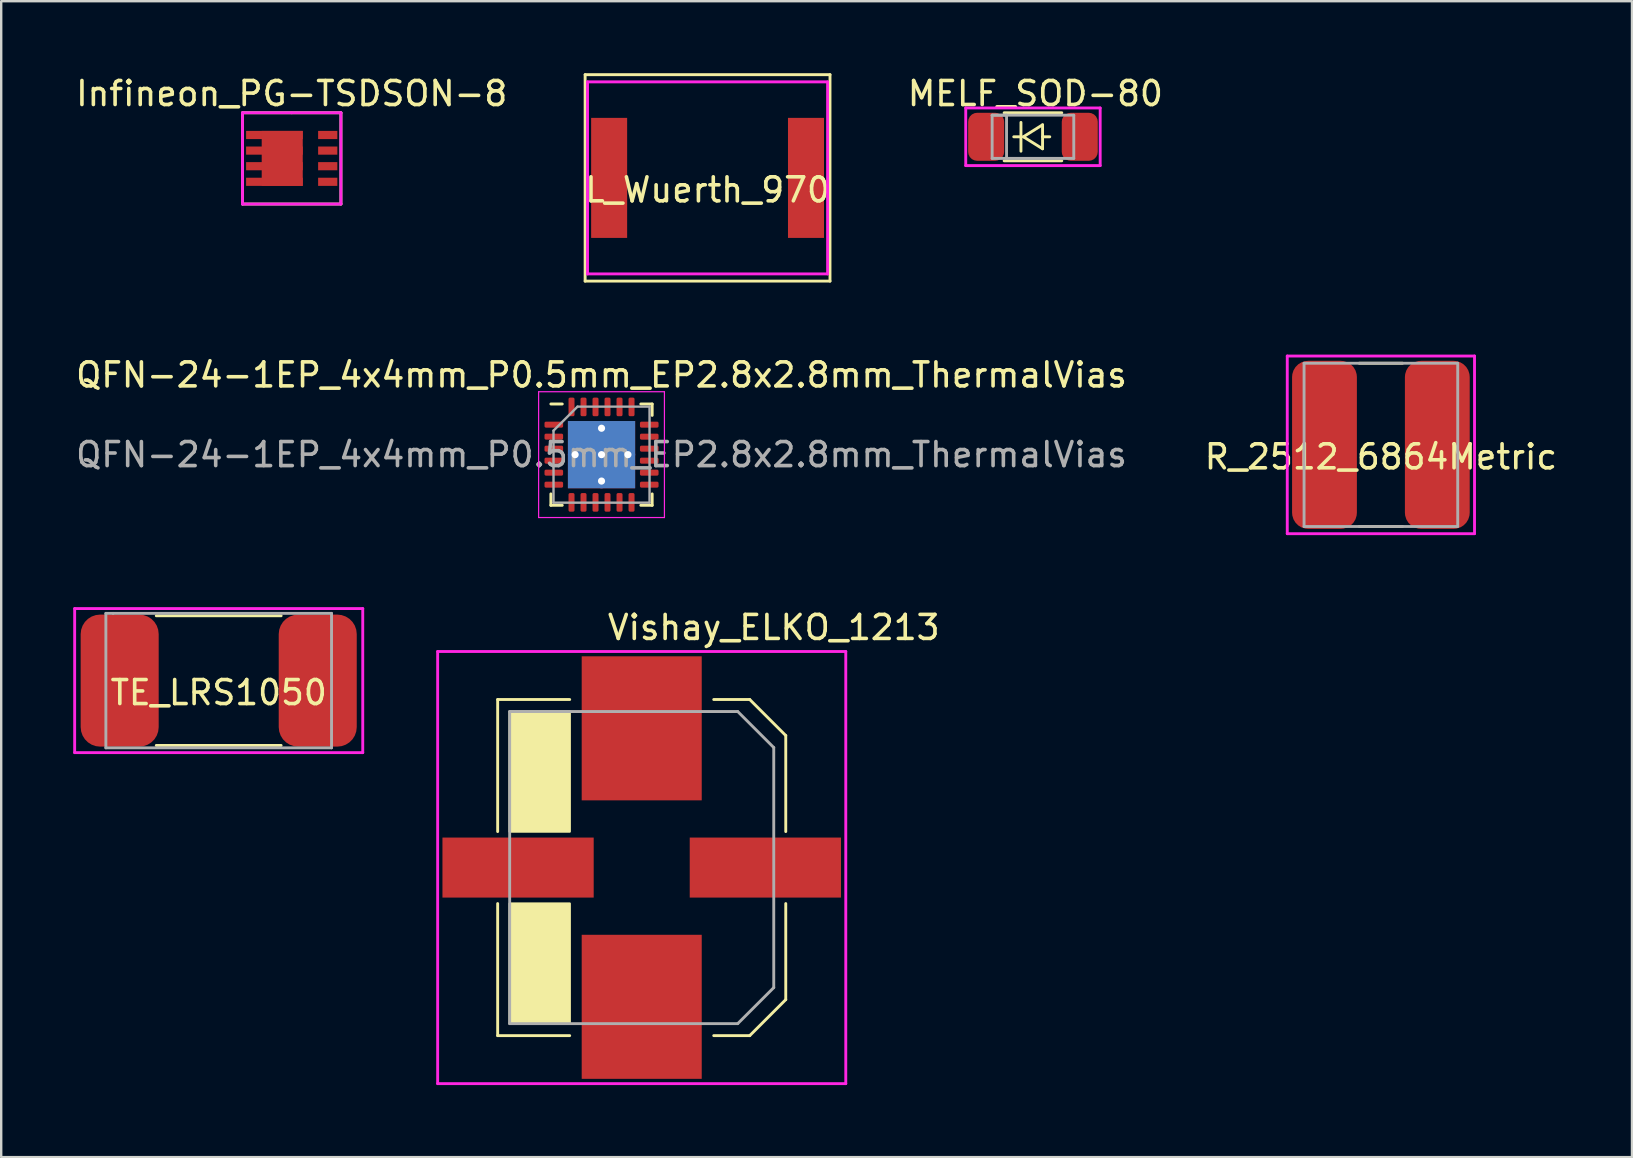
<source format=kicad_pcb>
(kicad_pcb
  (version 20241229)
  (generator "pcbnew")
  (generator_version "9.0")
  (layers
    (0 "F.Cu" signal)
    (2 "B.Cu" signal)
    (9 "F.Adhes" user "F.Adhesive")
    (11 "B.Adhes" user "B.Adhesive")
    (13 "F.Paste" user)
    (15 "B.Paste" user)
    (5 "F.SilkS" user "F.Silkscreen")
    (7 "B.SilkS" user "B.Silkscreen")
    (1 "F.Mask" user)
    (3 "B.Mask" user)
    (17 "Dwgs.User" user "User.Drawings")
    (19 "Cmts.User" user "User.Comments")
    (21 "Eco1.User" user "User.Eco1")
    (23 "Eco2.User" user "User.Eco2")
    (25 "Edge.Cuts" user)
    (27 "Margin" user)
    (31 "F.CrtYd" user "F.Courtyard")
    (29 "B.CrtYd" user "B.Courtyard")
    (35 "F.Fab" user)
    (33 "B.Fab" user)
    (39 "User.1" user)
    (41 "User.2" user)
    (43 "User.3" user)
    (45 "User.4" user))
  (footprint "MELF_SOD-80"
    (layer "F.Cu")
    (at 39.977 2.648)
    (property "Reference" "MELF_SOD-80" (at 0.1 -1.8 0) (layer "F.SilkS") (effects (font (size 1 1) (thickness 0.15))))
    (attr through_hole)
    (fp_line (start -1.2 -1) (end 1.2 -1) (stroke (width 0.12) (type solid)) (layer "F.SilkS"))
    (fp_line (start -1.2 1) (end 1.2 1) (stroke (width 0.12) (type solid)) (layer "F.SilkS"))
    (fp_line (start -0.8 0) (end -0.5 0) (stroke (width 0.12) (type solid)) (layer "F.SilkS"))
    (fp_line (start -0.5 -0.6) (end -0.5 0.6) (stroke (width 0.12) (type solid)) (layer "F.SilkS"))
    (fp_line (start -0.4 0) (end 0.4 -0.5) (stroke (width 0.12) (type solid)) (layer "F.SilkS"))
    (fp_line (start 0.4 -0.5) (end 0.4 0.5) (stroke (width 0.12) (type solid)) (layer "F.SilkS"))
    (fp_line (start 0.4 0) (end 0.7 0) (stroke (width 0.12) (type solid)) (layer "F.SilkS"))
    (fp_line (start 0.4 0.5) (end -0.4 0) (stroke (width 0.12) (type solid)) (layer "F.SilkS"))
    (fp_line (start -2.8 -1.2) (end 2.8 -1.2) (stroke (width 0.12) (type solid)) (layer "F.CrtYd"))
    (fp_line (start -2.8 1.2) (end -2.8 -1.2) (stroke (width 0.12) (type solid)) (layer "F.CrtYd"))
    (fp_line (start 2.8 -1.2) (end 2.8 1.2) (stroke (width 0.12) (type solid)) (layer "F.CrtYd"))
    (fp_line (start 2.8 1.2) (end -2.8 1.2) (stroke (width 0.12) (type solid)) (layer "F.CrtYd"))
    (fp_line (start -1.7 -0.9) (end -1.1 -0.9) (stroke (width 0.12) (type solid)) (layer "F.Fab"))
    (fp_line (start -1.7 -0.9) (end 1.7 -0.9) (stroke (width 0.12) (type solid)) (layer "F.Fab"))
    (fp_line (start -1.7 0.9) (end -1.7 -0.9) (stroke (width 0.12) (type solid)) (layer "F.Fab"))
    (fp_line (start -1.1 -0.9) (end -1.1 0.9) (stroke (width 0.12) (type solid)) (layer "F.Fab"))
    (fp_line (start 1.7 -0.9) (end 1.7 0.9) (stroke (width 0.12) (type solid)) (layer "F.Fab"))
    (fp_line (start 1.7 0.9) (end -1.7 0.9) (stroke (width 0.12) (type solid)) (layer "F.Fab"))
    (pad "1" smd roundrect (at -1.95 0) (size 1.5 2) (layers "F.Cu" "F.Mask" "F.Paste") (roundrect_rratio 0.25))
    (pad "2" smd roundrect (at 1.95 0) (size 1.5 2) (layers "F.Cu" "F.Mask" "F.Paste") (roundrect_rratio 0.25)))
  (footprint "Infineon_PG-TSDSON-8"
    (layer "F.Cu")
    (at 9.101 3.548)
    (property "Reference" "Infineon_PG-TSDSON-8" (at 0 -2.7 0) (layer "F.SilkS") (effects (font (size 1 1) (thickness 0.15))))
    (attr through_hole)
    (fp_line (start -2.05 -1.9) (end 2.05 -1.9) (stroke (width 0.12) (type solid)) (layer "F.SilkS"))
    (fp_line (start -2.05 1.9) (end -2.05 -1.895) (stroke (width 0.12) (type solid)) (layer "F.SilkS"))
    (fp_line (start 2.05 -1.9) (end 2.05 1.9) (stroke (width 0.12) (type solid)) (layer "F.SilkS"))
    (fp_line (start 2.05 1.9) (end -2.05 1.9) (stroke (width 0.12) (type solid)) (layer "F.SilkS"))
    (fp_line (start -2.05 -1.9) (end 0 -1.9) (stroke (width 0.12) (type solid)) (layer "F.CrtYd"))
    (fp_line (start -2.05 1.9) (end -2.05 -1.9) (stroke (width 0.12) (type solid)) (layer "F.CrtYd"))
    (fp_line (start 0 -1.9) (end 2.05 -1.9) (stroke (width 0.12) (type solid)) (layer "F.CrtYd"))
    (fp_line (start 2.05 -1.9) (end 2.05 1.9) (stroke (width 0.12) (type solid)) (layer "F.CrtYd"))
    (fp_line (start 2.05 1.9) (end -2.05 1.9) (stroke (width 0.12) (type solid)) (layer "F.CrtYd"))
    (pad "1" smd rect (at -0.72 -0.975) (size 2.36 0.34) (layers "F.Cu" "F.Mask" "F.Paste"))
    (pad "1" smd rect (at -0.72 -0.325) (size 2.36 0.34) (layers "F.Cu" "F.Mask" "F.Paste"))
    (pad "1" smd rect (at -0.72 0.325) (size 2.36 0.34) (layers "F.Cu" "F.Mask" "F.Paste"))
    (pad "1" smd rect (at -0.72 0.975) (size 2.36 0.34) (layers "F.Cu" "F.Mask" "F.Paste"))
    (pad "1" smd rect (at -0.395 0) (size 1.71 2.29) (layers "F.Cu" "F.Mask" "F.Paste"))
    (pad "2" smd rect (at 1.5 -0.975) (size 0.8 0.34) (layers "F.Cu" "F.Mask" "F.Paste"))
    (pad "3" smd rect (at 1.5 -0.325) (size 0.8 0.34) (layers "F.Cu" "F.Mask" "F.Paste"))
    (pad "4" smd rect (at 1.5 0.325) (size 0.8 0.34) (layers "F.Cu" "F.Mask" "F.Paste"))
    (pad "5" smd rect (at 1.5 0.975) (size 0.8 0.34) (layers "F.Cu" "F.Mask" "F.Paste")))
  (footprint "R_2512_6864Metric"
    (layer "F.Cu")
    (at 54.47 15.48)
    (property "Reference" "R_2512_6864Metric" (at 0 0.5 0) (layer "F.SilkS") (effects (font (size 1 1) (thickness 0.15))))
    (attr through_hole)
    (fp_line (start -0.9 -3.4) (end 0.9 -3.4) (stroke (width 0.12) (type solid)) (layer "F.SilkS"))
    (fp_line (start -0.9 3.4) (end 0.9 3.4) (stroke (width 0.12) (type solid)) (layer "F.SilkS"))
    (fp_line (start -3.9 -3.7) (end -3.9 3.7) (stroke (width 0.12) (type solid)) (layer "F.CrtYd"))
    (fp_line (start -3.9 3.7) (end 3.9 3.7) (stroke (width 0.12) (type solid)) (layer "F.CrtYd"))
    (fp_line (start 3.9 -3.7) (end -3.9 -3.7) (stroke (width 0.12) (type solid)) (layer "F.CrtYd"))
    (fp_line (start 3.9 3.7) (end 3.9 -3.7) (stroke (width 0.12) (type solid)) (layer "F.CrtYd"))
    (fp_line (start -3.2 -3.4) (end 3.2 -3.4) (stroke (width 0.12) (type solid)) (layer "F.Fab"))
    (fp_line (start -3.2 3.4) (end -3.2 -3.4) (stroke (width 0.12) (type solid)) (layer "F.Fab"))
    (fp_line (start 3.2 -3.4) (end 3.2 3.4) (stroke (width 0.12) (type solid)) (layer "F.Fab"))
    (fp_line (start 3.2 3.4) (end -3.2 3.4) (stroke (width 0.12) (type solid)) (layer "F.Fab"))
    (pad "1" smd roundrect (at -2.35 0) (size 2.7 7) (layers "F.Cu" "F.Mask" "F.Paste") (roundrect_rratio 0.25))
    (pad "2" smd roundrect (at 2.35 0) (size 2.7 7) (layers "F.Cu" "F.Mask" "F.Paste") (roundrect_rratio 0.25)))
  (footprint "Vishay_ELKO_1213"
    (layer "F.Cu")
    (at 23.68 33.088)
    (property "Reference" "Vishay_ELKO_1213" (at 5.5 -10 0) (layer "F.SilkS") (effects (font (size 1 1) (thickness 0.15))))
    (attr through_hole)
    (fp_line (start -6 -7) (end -3 -7) (stroke (width 0.12) (type solid)) (layer "F.SilkS"))
    (fp_line (start -6 -1.5) (end -6 -7) (stroke (width 0.12) (type solid)) (layer "F.SilkS"))
    (fp_line (start -6 7) (end -6 1.5) (stroke (width 0.12) (type solid)) (layer "F.SilkS"))
    (fp_line (start -3 7) (end -6 7) (stroke (width 0.12) (type solid)) (layer "F.SilkS"))
    (fp_line (start 3 -7) (end 4.5 -7) (stroke (width 0.12) (type solid)) (layer "F.SilkS"))
    (fp_line (start 4.5 -7) (end 6 -5.5) (stroke (width 0.12) (type solid)) (layer "F.SilkS"))
    (fp_line (start 4.5 7) (end 3 7) (stroke (width 0.12) (type solid)) (layer "F.SilkS"))
    (fp_line (start 4.5 7) (end 6 5.5) (stroke (width 0.12) (type solid)) (layer "F.SilkS"))
    (fp_line (start 6 -5.5) (end 6 -1.5) (stroke (width 0.12) (type solid)) (layer "F.SilkS"))
    (fp_line (start 6 5.5) (end 6 1.5) (stroke (width 0.12) (type solid)) (layer "F.SilkS"))
    (fp_poly (pts (xy -3 -1.5) (xy -5.5 -1.5) (xy -5.5 -6.5) (xy -3 -6.5)) (stroke (width 0.1) (type solid)) (fill yes) (layer "F.SilkS"))
    (fp_poly (pts (xy -3 6.5) (xy -5.5 6.5) (xy -5.5 1.5) (xy -3 1.5)) (stroke (width 0.1) (type solid)) (fill yes) (layer "F.SilkS"))
    (fp_line (start -8.5 -9) (end -8.5 9) (stroke (width 0.12) (type solid)) (layer "F.CrtYd"))
    (fp_line (start -8.5 9) (end 8.5 9) (stroke (width 0.12) (type solid)) (layer "F.CrtYd"))
    (fp_line (start 8.5 -9) (end -8.5 -9) (stroke (width 0.12) (type solid)) (layer "F.CrtYd"))
    (fp_line (start 8.5 9) (end 8.5 -9) (stroke (width 0.12) (type solid)) (layer "F.CrtYd"))
    (fp_line (start -5.5 -6.5) (end 4 -6.5) (stroke (width 0.12) (type solid)) (layer "F.Fab"))
    (fp_line (start -5.5 6.5) (end -5.5 -6.5) (stroke (width 0.12) (type solid)) (layer "F.Fab"))
    (fp_line (start 4 -6.5) (end 5.5 -5) (stroke (width 0.12) (type solid)) (layer "F.Fab"))
    (fp_line (start 4 6.5) (end -5.5 6.5) (stroke (width 0.12) (type solid)) (layer "F.Fab"))
    (fp_line (start 5.5 -5) (end 5.5 5) (stroke (width 0.12) (type solid)) (layer "F.Fab"))
    (fp_line (start 5.5 5) (end 4 6.5) (stroke (width 0.12) (type solid)) (layer "F.Fab"))
    (pad "1" smd rect (at 5.15 0) (size 6.3 2.5) (layers "F.Cu" "F.Mask" "F.Paste"))
    (pad "2" smd rect (at -5.15 0) (size 6.3 2.5) (layers "F.Cu" "F.Mask" "F.Paste"))
    (pad "3" smd rect (at 0 -5.8) (size 5 6) (layers "F.Cu" "F.Mask" "F.Paste"))
    (pad "3" smd rect (at 0 5.8) (size 5 6) (layers "F.Cu" "F.Mask" "F.Paste")))
  (footprint "QFN-24-1EP_4x4mm_P0.5mm_EP2.8x2.8mm_ThermalVias"
    (layer "F.Cu")
    (at 22.006 15.888)
    (property "Reference" "QFN-24-1EP_4x4mm_P0.5mm_EP2.8x2.8mm_ThermalVias" (at 0 -3.32 0) (layer "F.SilkS") (effects (font (size 1 1) (thickness 0.15))))
    (attr smd)
    (fp_line (start -2.11 2.11) (end -2.11 1.635) (stroke (width 0.12) (type solid)) (layer "F.SilkS"))
    (fp_line (start -1.635 -2.11) (end -2.11 -2.11) (stroke (width 0.12) (type solid)) (layer "F.SilkS"))
    (fp_line (start -1.635 2.11) (end -2.11 2.11) (stroke (width 0.12) (type solid)) (layer "F.SilkS"))
    (fp_line (start 1.635 -2.11) (end 2.11 -2.11) (stroke (width 0.12) (type solid)) (layer "F.SilkS"))
    (fp_line (start 1.635 2.11) (end 2.11 2.11) (stroke (width 0.12) (type solid)) (layer "F.SilkS"))
    (fp_line (start 2.11 -2.11) (end 2.11 -1.635) (stroke (width 0.12) (type solid)) (layer "F.SilkS"))
    (fp_line (start 2.11 2.11) (end 2.11 1.635) (stroke (width 0.12) (type solid)) (layer "F.SilkS"))
    (fp_line (start -2.62 -2.62) (end -2.62 2.62) (stroke (width 0.05) (type solid)) (layer "F.CrtYd"))
    (fp_line (start -2.62 2.62) (end 2.62 2.62) (stroke (width 0.05) (type solid)) (layer "F.CrtYd"))
    (fp_line (start 2.62 -2.62) (end -2.62 -2.62) (stroke (width 0.05) (type solid)) (layer "F.CrtYd"))
    (fp_line (start 2.62 2.62) (end 2.62 -2.62) (stroke (width 0.05) (type solid)) (layer "F.CrtYd"))
    (fp_line (start -2 -1) (end -1 -2) (stroke (width 0.1) (type solid)) (layer "F.Fab"))
    (fp_line (start -2 2) (end -2 -1) (stroke (width 0.1) (type solid)) (layer "F.Fab"))
    (fp_line (start -1 -2) (end 2 -2) (stroke (width 0.1) (type solid)) (layer "F.Fab"))
    (fp_line (start 2 -2) (end 2 2) (stroke (width 0.1) (type solid)) (layer "F.Fab"))
    (fp_line (start 2 2) (end -2 2) (stroke (width 0.1) (type solid)) (layer "F.Fab"))
    (fp_text user "${REFERENCE}" (at 0 0 0) (layer "F.Fab") (effects (font (size 1 1) (thickness 0.15))))
    (pad "" smd roundrect (at -0.7 -0.7) (size 1.21 1.21) (layers "F.Paste") (roundrect_rratio 0.207))
    (pad "" smd roundrect (at -0.7 0.7) (size 1.21 1.21) (layers "F.Paste") (roundrect_rratio 0.207))
    (pad "" smd roundrect (at 0.7 -0.7) (size 1.21 1.21) (layers "F.Paste") (roundrect_rratio 0.207))
    (pad "" smd roundrect (at 0.7 0.7) (size 1.21 1.21) (layers "F.Paste") (roundrect_rratio 0.207))
    (pad "1" smd roundrect (at -1.988 -1.25) (size 0.775 0.25) (layers "F.Cu" "F.Mask" "F.Paste") (roundrect_rratio 0.25))
    (pad "2" smd roundrect (at -1.988 -0.75) (size 0.775 0.25) (layers "F.Cu" "F.Mask" "F.Paste") (roundrect_rratio 0.25))
    (pad "3" smd roundrect (at -1.988 -0.25) (size 0.775 0.25) (layers "F.Cu" "F.Mask" "F.Paste") (roundrect_rratio 0.25))
    (pad "4" smd roundrect (at -1.988 0.25) (size 0.775 0.25) (layers "F.Cu" "F.Mask" "F.Paste") (roundrect_rratio 0.25))
    (pad "5" smd roundrect (at -1.988 0.75) (size 0.775 0.25) (layers "F.Cu" "F.Mask" "F.Paste") (roundrect_rratio 0.25))
    (pad "6" smd roundrect (at -1.988 1.25) (size 0.775 0.25) (layers "F.Cu" "F.Mask" "F.Paste") (roundrect_rratio 0.25))
    (pad "7" smd roundrect (at -1.25 1.988) (size 0.25 0.775) (layers "F.Cu" "F.Mask" "F.Paste") (roundrect_rratio 0.25))
    (pad "8" smd roundrect (at -0.75 1.988) (size 0.25 0.775) (layers "F.Cu" "F.Mask" "F.Paste") (roundrect_rratio 0.25))
    (pad "9" smd roundrect (at -0.25 1.988) (size 0.25 0.775) (layers "F.Cu" "F.Mask" "F.Paste") (roundrect_rratio 0.25))
    (pad "10" smd roundrect (at 0.25 1.988) (size 0.25 0.775) (layers "F.Cu" "F.Mask" "F.Paste") (roundrect_rratio 0.25))
    (pad "11" smd roundrect (at 0.75 1.988) (size 0.25 0.775) (layers "F.Cu" "F.Mask" "F.Paste") (roundrect_rratio 0.25))
    (pad "12" smd roundrect (at 1.25 1.988) (size 0.25 0.775) (layers "F.Cu" "F.Mask" "F.Paste") (roundrect_rratio 0.25))
    (pad "13" smd roundrect (at 1.988 1.25) (size 0.775 0.25) (layers "F.Cu" "F.Mask" "F.Paste") (roundrect_rratio 0.25))
    (pad "14" smd roundrect (at 1.988 0.75) (size 0.775 0.25) (layers "F.Cu" "F.Mask" "F.Paste") (roundrect_rratio 0.25))
    (pad "15" smd roundrect (at 1.988 0.25) (size 0.775 0.25) (layers "F.Cu" "F.Mask" "F.Paste") (roundrect_rratio 0.25))
    (pad "16" smd roundrect (at 1.988 -0.25) (size 0.775 0.25) (layers "F.Cu" "F.Mask" "F.Paste") (roundrect_rratio 0.25))
    (pad "17" smd roundrect (at 1.988 -0.75) (size 0.775 0.25) (layers "F.Cu" "F.Mask" "F.Paste") (roundrect_rratio 0.25))
    (pad "18" smd roundrect (at 1.988 -1.25) (size 0.775 0.25) (layers "F.Cu" "F.Mask" "F.Paste") (roundrect_rratio 0.25))
    (pad "19" smd roundrect (at 1.25 -1.988) (size 0.25 0.775) (layers "F.Cu" "F.Mask" "F.Paste") (roundrect_rratio 0.25))
    (pad "20" smd roundrect (at 0.75 -1.988) (size 0.25 0.775) (layers "F.Cu" "F.Mask" "F.Paste") (roundrect_rratio 0.25))
    (pad "21" smd roundrect (at 0.25 -1.988) (size 0.25 0.775) (layers "F.Cu" "F.Mask" "F.Paste") (roundrect_rratio 0.25))
    (pad "22" smd roundrect (at -0.25 -1.988) (size 0.25 0.775) (layers "F.Cu" "F.Mask" "F.Paste") (roundrect_rratio 0.25))
    (pad "23" smd roundrect (at -0.75 -1.988) (size 0.25 0.775) (layers "F.Cu" "F.Mask" "F.Paste") (roundrect_rratio 0.25))
    (pad "24" smd roundrect (at -1.25 -1.988) (size 0.25 0.775) (layers "F.Cu" "F.Mask" "F.Paste") (roundrect_rratio 0.25))
    (pad "25" thru_hole circle (at -1.1 0) (size 0.6 0.6) (drill 0.3) (layers "*.Cu"))
    (pad "25" thru_hole circle (at 0 -1.1) (size 0.6 0.6) (drill 0.3) (layers "*.Cu"))
    (pad "25" thru_hole circle (at 0 0) (size 0.6 0.6) (drill 0.3) (layers "*.Cu"))
    (pad "25" smd rect (at 0 0) (size 2.8 2.8) (layers "F.Cu" "F.Mask"))
    (pad "25" smd rect (at 0 0) (size 2.8 2.8) (layers "B.Cu"))
    (pad "25" thru_hole circle (at 0 1.1) (size 0.6 0.6) (drill 0.3) (layers "*.Cu"))
    (pad "25" thru_hole circle (at 1.1 0) (size 0.6 0.6) (drill 0.3) (layers "*.Cu")))
  (footprint "L_Wuerth_970"
    (layer "F.Cu")
    (at 26.423 4.36)
    (property "Reference" "L_Wuerth_970" (at 0 0.5 0) (layer "F.SilkS") (effects (font (size 1 1) (thickness 0.15))))
    (attr through_hole)
    (fp_line (start -5.1 4.3) (end -5.1 -4.3) (stroke (width 0.12) (type solid)) (layer "F.SilkS"))
    (fp_line (start -5.1 4.3) (end 5.1 4.3) (stroke (width 0.12) (type solid)) (layer "F.SilkS"))
    (fp_line (start 5.1 -4.3) (end -5.1 -4.3) (stroke (width 0.12) (type solid)) (layer "F.SilkS"))
    (fp_line (start 5.1 4.3) (end 5.1 -4.3) (stroke (width 0.12) (type solid)) (layer "F.SilkS"))
    (fp_line (start -5 -4) (end 5 -4) (stroke (width 0.12) (type solid)) (layer "F.CrtYd"))
    (fp_line (start -5 4) (end -5 -4) (stroke (width 0.12) (type solid)) (layer "F.CrtYd"))
    (fp_line (start 5 -4) (end 5 4) (stroke (width 0.12) (type solid)) (layer "F.CrtYd"))
    (fp_line (start 5 4) (end -5 4) (stroke (width 0.12) (type solid)) (layer "F.CrtYd"))
    (pad "1" smd rect (at -4.1 0) (size 1.5 5) (layers "F.Cu" "F.Mask" "F.Paste"))
    (pad "2" smd rect (at 4.1 0) (size 1.5 5) (layers "F.Cu" "F.Mask" "F.Paste")))
  (footprint "TE_LRS1050"
    (layer "F.Cu")
    (at 6.06 25.3)
    (property "Reference" "TE_LRS1050" (at 0 0.5 0) (layer "F.SilkS") (effects (font (size 1 1) (thickness 0.15))))
    (attr through_hole)
    (fp_line (start -2.6 2.7) (end 2.6 2.7) (stroke (width 0.12) (type solid)) (layer "F.SilkS"))
    (fp_line (start 2.6 -2.7) (end -2.6 -2.7) (stroke (width 0.12) (type solid)) (layer "F.SilkS"))
    (fp_line (start -6 -3) (end 6 -3) (stroke (width 0.12) (type solid)) (layer "F.CrtYd"))
    (fp_line (start -6 3) (end -6 -3) (stroke (width 0.12) (type solid)) (layer "F.CrtYd"))
    (fp_line (start 6 -3) (end 6 3) (stroke (width 0.12) (type solid)) (layer "F.CrtYd"))
    (fp_line (start 6 3) (end -6 3) (stroke (width 0.12) (type solid)) (layer "F.CrtYd"))
    (fp_line (start -4.7 -2.8) (end -4.4 -2.8) (stroke (width 0.12) (type solid)) (layer "F.Fab"))
    (fp_line (start -4.7 2.8) (end -4.7 -2.8) (stroke (width 0.12) (type solid)) (layer "F.Fab"))
    (fp_line (start -4.4 -2.8) (end 4.7 -2.8) (stroke (width 0.12) (type solid)) (layer "F.Fab"))
    (fp_line (start 4.7 -2.8) (end 4.7 2.8) (stroke (width 0.12) (type solid)) (layer "F.Fab"))
    (fp_line (start 4.7 2.8) (end -4.7 2.8) (stroke (width 0.12) (type solid)) (layer "F.Fab"))
    (pad "1" smd roundrect (at 4.125 0) (size 3.25 5.5) (layers "F.Cu" "F.Mask" "F.Paste") (roundrect_rratio 0.25))
    (pad "2" smd roundrect (at -4.125 0) (size 3.25 5.5) (layers "F.Cu" "F.Mask" "F.Paste") (roundrect_rratio 0.25)))
  (gr_rect
    (start -3 -3)
    (end 64.929 45.148)
    (stroke (width 0.1) (type default))
    (fill no)
    (layer "Edge.Cuts")))
</source>
